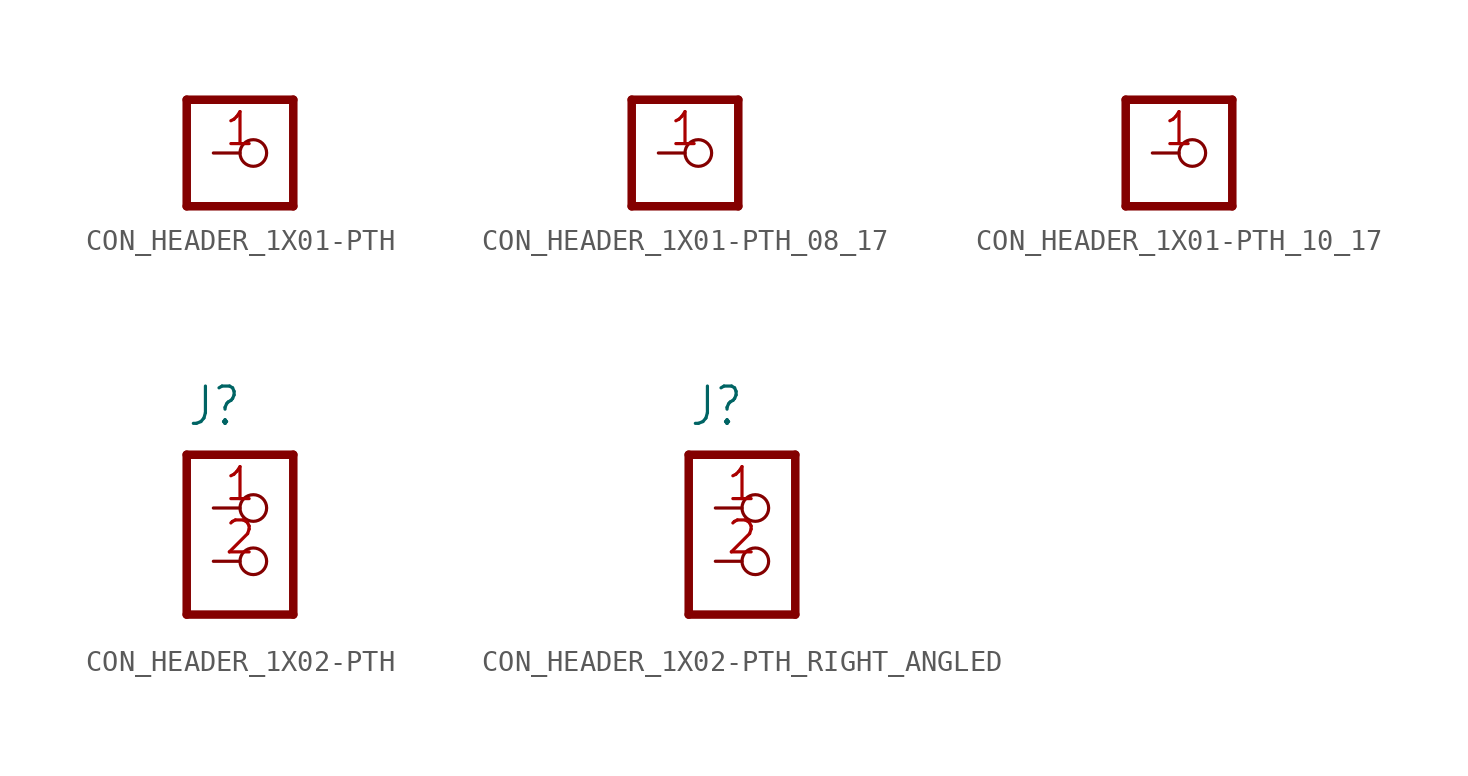
<source format=kicad_sym>
(kicad_symbol_lib
  (version 20241209)
  (generator "kicad_symbol_editor")
  (generator_version "9.0")
  (symbol "CON_HEADER_1X01-PTH"
    (property "Reference" "J"
      (at 0 0 0)
      (effects (font (size 1.27 1.27)) (hide yes)))
    (property "ki_locked" ""
      (at 0 0 0)
      (effects (font (size 1.27 1.27))))
    (symbol "CON_HEADER_1X01-PTH_1_0"
      (polyline (pts (xy -1.27 2.54) (xy 3.81 2.54)) (stroke (width 0.406) (type solid)) (fill (type none)))
      (polyline (pts (xy -1.27 -2.54) (xy -1.27 2.54)) (stroke (width 0.406) (type solid)) (fill (type none)))
      (polyline (pts (xy 3.81 2.54) (xy 3.81 -2.54)) (stroke (width 0.406) (type solid)) (fill (type none)))
      (polyline (pts (xy 3.81 -2.54) (xy -1.27 -2.54)) (stroke (width 0.406) (type solid)) (fill (type none)))
      (pin passive inverted (at 0 0 0) (length 2.54) (name "1" (effects (font (size 0 0)))) (number "1" (effects (font (size 1.524 1.524)))))))
  (symbol "CON_HEADER_1X01-PTH_08_17"
    (property "Reference" "J"
      (at 0 0 0)
      (effects (font (size 1.27 1.27)) (hide yes)))
    (property "ki_locked" ""
      (at 0 0 0)
      (effects (font (size 1.27 1.27))))
    (symbol "CON_HEADER_1X01-PTH_08_17_1_0"
      (polyline (pts (xy -1.27 2.54) (xy 3.81 2.54)) (stroke (width 0.406) (type solid)) (fill (type none)))
      (polyline (pts (xy -1.27 -2.54) (xy -1.27 2.54)) (stroke (width 0.406) (type solid)) (fill (type none)))
      (polyline (pts (xy 3.81 2.54) (xy 3.81 -2.54)) (stroke (width 0.406) (type solid)) (fill (type none)))
      (polyline (pts (xy 3.81 -2.54) (xy -1.27 -2.54)) (stroke (width 0.406) (type solid)) (fill (type none)))
      (pin passive inverted (at 0 0 0) (length 2.54) (name "1" (effects (font (size 0 0)))) (number "1" (effects (font (size 1.524 1.524)))))))
  (symbol "CON_HEADER_1X01-PTH_10_17"
    (property "Reference" "J"
      (at 0 0 0)
      (effects (font (size 1.27 1.27)) (hide yes)))
    (property "ki_locked" ""
      (at 0 0 0)
      (effects (font (size 1.27 1.27))))
    (symbol "CON_HEADER_1X01-PTH_10_17_1_0"
      (polyline (pts (xy -1.27 2.54) (xy 3.81 2.54)) (stroke (width 0.406) (type solid)) (fill (type none)))
      (polyline (pts (xy -1.27 -2.54) (xy -1.27 2.54)) (stroke (width 0.406) (type solid)) (fill (type none)))
      (polyline (pts (xy 3.81 2.54) (xy 3.81 -2.54)) (stroke (width 0.406) (type solid)) (fill (type none)))
      (polyline (pts (xy 3.81 -2.54) (xy -1.27 -2.54)) (stroke (width 0.406) (type solid)) (fill (type none)))
      (pin passive inverted (at 0 0 0) (length 2.54) (name "1" (effects (font (size 0 0)))) (number "1" (effects (font (size 1.524 1.524)))))))
  (symbol "CON_HEADER_1X02-PTH"
    (property "Reference" "J"
      (at -1.27 3.81 0)
      (effects (font (size 1.778 1.511)) (justify left bottom)))
    (property "ki_locked" ""
      (at 0 0 0)
      (effects (font (size 1.27 1.27))))
    (symbol "CON_HEADER_1X02-PTH_1_0"
      (polyline (pts (xy -1.27 2.54) (xy 3.81 2.54)) (stroke (width 0.406) (type solid)) (fill (type none)))
      (polyline (pts (xy -1.27 -5.08) (xy -1.27 2.54)) (stroke (width 0.406) (type solid)) (fill (type none)))
      (polyline (pts (xy 3.81 2.54) (xy 3.81 -5.08)) (stroke (width 0.406) (type solid)) (fill (type none)))
      (polyline (pts (xy 3.81 -5.08) (xy -1.27 -5.08)) (stroke (width 0.406) (type solid)) (fill (type none)))
      (pin passive inverted (at 0 0 0) (length 2.54) (name "1" (effects (font (size 0 0)))) (number "1" (effects (font (size 1.524 1.524)))))
      (pin passive inverted (at 0 -2.54 0) (length 2.54) (name "2" (effects (font (size 0 0)))) (number "2" (effects (font (size 1.524 1.524)))))))
  (symbol "CON_HEADER_1X02-PTH_RIGHT_ANGLED"
    (property "Reference" "J"
      (at -1.27 3.81 0)
      (effects (font (size 1.778 1.511)) (justify left bottom)))
    (property "ki_locked" ""
      (at 0 0 0)
      (effects (font (size 1.27 1.27))))
    (symbol "CON_HEADER_1X02-PTH_RIGHT_ANGLED_1_0"
      (polyline (pts (xy -1.27 2.54) (xy 3.81 2.54)) (stroke (width 0.406) (type solid)) (fill (type none)))
      (polyline (pts (xy -1.27 -5.08) (xy -1.27 2.54)) (stroke (width 0.406) (type solid)) (fill (type none)))
      (polyline (pts (xy 3.81 2.54) (xy 3.81 -5.08)) (stroke (width 0.406) (type solid)) (fill (type none)))
      (polyline (pts (xy 3.81 -5.08) (xy -1.27 -5.08)) (stroke (width 0.406) (type solid)) (fill (type none)))
      (pin passive inverted (at 0 0 0) (length 2.54) (name "1" (effects (font (size 0 0)))) (number "1" (effects (font (size 1.524 1.524)))))
      (pin passive inverted (at 0 -2.54 0) (length 2.54) (name "2" (effects (font (size 0 0)))) (number "2" (effects (font (size 1.524 1.524))))))))
</source>
